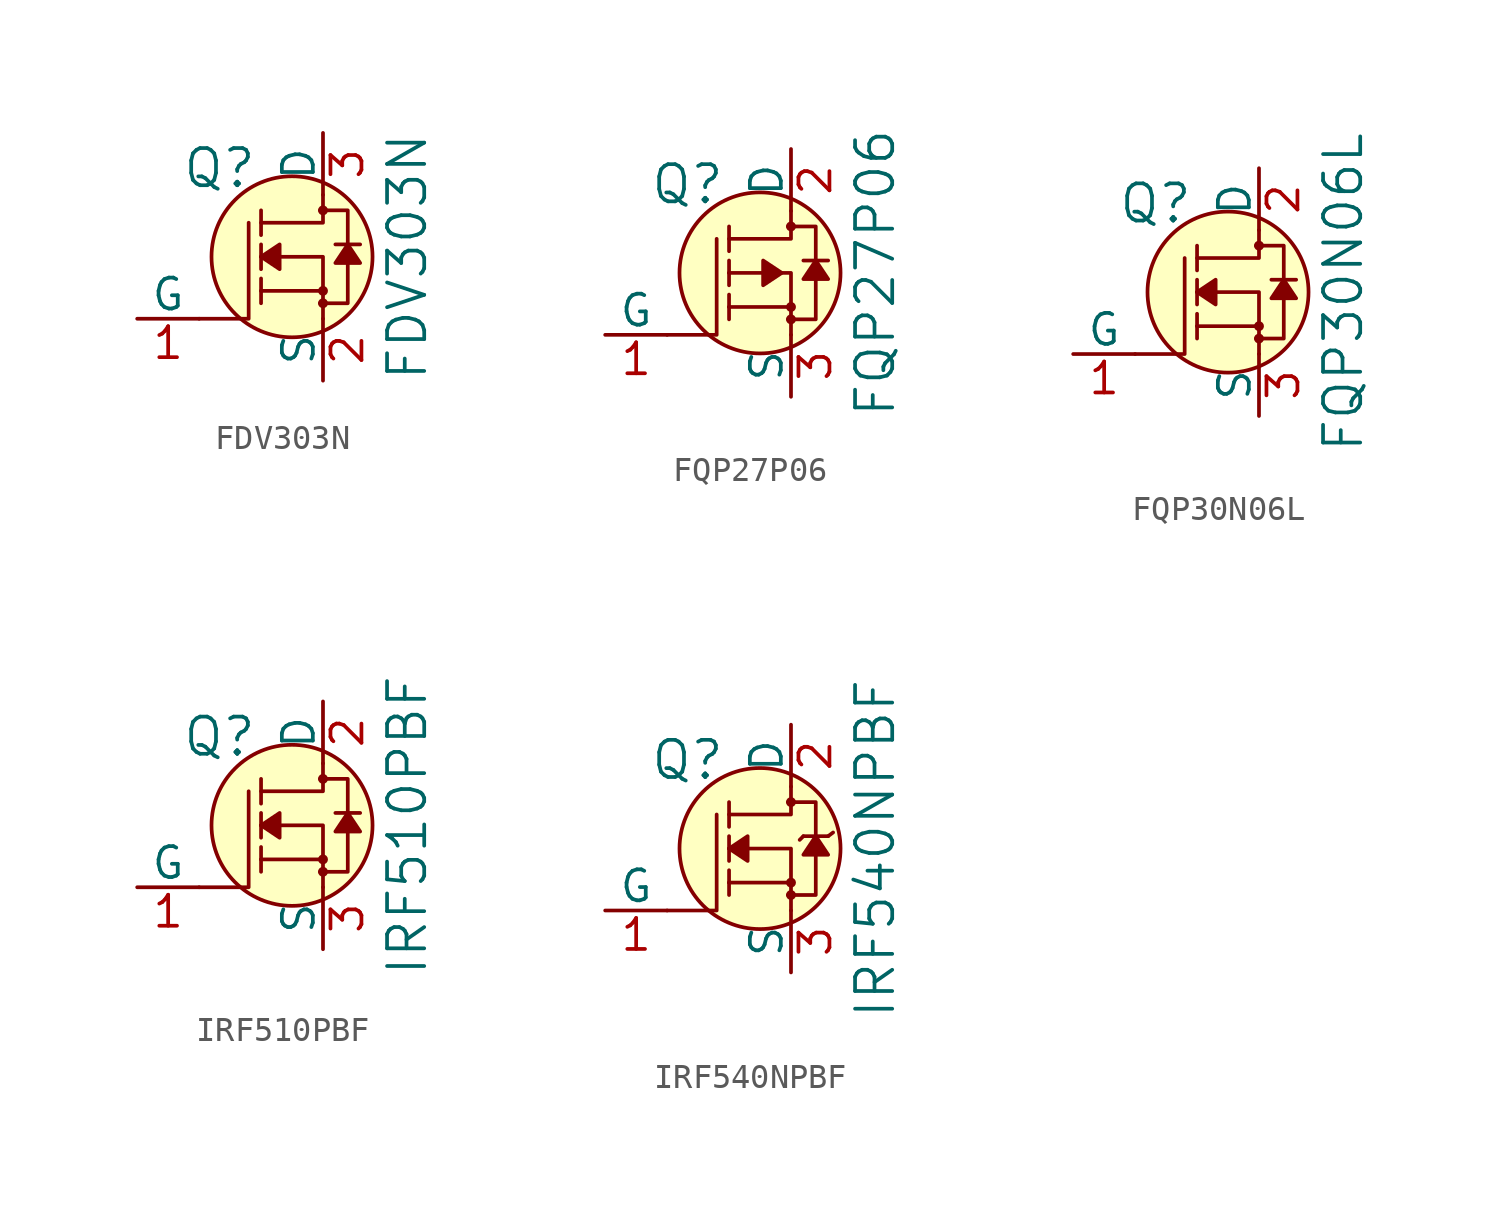
<source format=kicad_sym>
(kicad_symbol_lib
  (version 20231120)
  (generator "kicad_symbol_editor")
  (generator_version "8.0")
  (symbol "FDV303N"
    (pin_names
      (offset 0))
    (property "Reference" "Q"
      (at -2.692 3.632 0)
      (effects (font (size 1.524 1.524)) (justify right)))
    (property "Value" "FDV303N"
      (at 3.454 0 90)
      (effects (font (size 1.524 1.524))))
    (symbol "FDV303N_0_1"
      (circle (center -1.27 0) (radius 3.302) (stroke (width 0) (type default)) (fill (type background)))
      (circle (center 0 -1.905) (radius 0.127) (stroke (width 0) (type default)) (fill (type none)))
      (circle (center 0 -1.397) (radius 0.127) (stroke (width 0) (type default)) (fill (type none)))
      (polyline (pts (xy 0 -1.397) (xy -2.54 -1.397)) (stroke (width 0) (type default)) (fill (type none)))
      (polyline (pts (xy -5.08 -2.54) (xy -3.048 -2.54) (xy -3.048 1.397)) (stroke (width 0) (type default)) (fill (type none)))
      (polyline (pts (xy 0 -2.54) (xy 0 0) (xy -2.54 0)) (stroke (width 0) (type default)) (fill (type none)))
      (polyline (pts (xy 0 2.54) (xy 0 1.397) (xy -2.54 1.397)) (stroke (width 0) (type default)) (fill (type none)))
      (polyline (pts (xy -0.127 -1.905) (xy 1.016 -1.905) (xy 1.016 1.397) (xy 1.016 1.905) (xy -0.127 1.905)) (stroke (width 0) (type default)) (fill (type none)))
      (circle (center 0 1.905) (radius 0.127) (stroke (width 0) (type default)) (fill (type none))))
    (symbol "FDV303N_1_1"
      (polyline (pts (xy -2.54 -1.397) (xy -2.54 -1.905)) (stroke (width 0) (type default)) (fill (type none)))
      (polyline (pts (xy -2.54 -1.397) (xy -2.54 -0.889)) (stroke (width 0) (type default)) (fill (type none)))
      (polyline (pts (xy -2.54 0) (xy -2.54 -0.508)) (stroke (width 0) (type default)) (fill (type none)))
      (polyline (pts (xy -2.54 0) (xy -2.54 0.508)) (stroke (width 0) (type default)) (fill (type none)))
      (polyline (pts (xy -2.54 1.905) (xy -2.54 0.889)) (stroke (width 0) (type default)) (fill (type none)))
      (polyline (pts (xy 1.524 0.508) (xy 0.508 0.508)) (stroke (width 0) (type default)) (fill (type none)))
      (polyline (pts (xy -2.54 0) (xy -1.778 0.508) (xy -1.778 -0.508) (xy -2.54 0)) (stroke (width 0) (type default)) (fill (type outline)))
      (polyline (pts (xy 1.016 0.508) (xy 0.508 -0.254) (xy 1.524 -0.254) (xy 1.016 0.508)) (stroke (width 0) (type default)) (fill (type outline)))
      (pin bidirectional line (at -7.62 -2.54 0) (length 2.54) (name "G" (effects (font (size 1.27 1.27)))) (number "1" (effects (font (size 1.27 1.27)))))
      (pin bidirectional line (at 0 -5.08 90) (length 2.54) (name "S" (effects (font (size 1.27 1.27)))) (number "2" (effects (font (size 1.27 1.27)))))
      (pin bidirectional line (at 0 5.08 270) (length 2.54) (name "D" (effects (font (size 1.27 1.27)))) (number "3" (effects (font (size 1.27 1.27)))))))
  (symbol "FQP27P06"
    (pin_names
      (offset 0))
    (property "Reference" "Q"
      (at -2.692 3.632 0)
      (effects (font (size 1.524 1.524)) (justify right)))
    (property "Value" "FQP27P06"
      (at 3.454 0 90)
      (effects (font (size 1.524 1.524))))
    (symbol "FQP27P06_0_1"
      (circle (center -1.27 0) (radius 3.302) (stroke (width 0) (type default)) (fill (type background)))
      (circle (center 0 -1.905) (radius 0.127) (stroke (width 0) (type default)) (fill (type none)))
      (circle (center 0 -1.397) (radius 0.127) (stroke (width 0) (type default)) (fill (type none)))
      (polyline (pts (xy 0 -1.397) (xy -2.54 -1.397)) (stroke (width 0) (type default)) (fill (type none)))
      (polyline (pts (xy -5.08 -2.54) (xy -3.048 -2.54) (xy -3.048 1.397)) (stroke (width 0) (type default)) (fill (type none)))
      (polyline (pts (xy 0 -2.54) (xy 0 0) (xy -2.54 0)) (stroke (width 0) (type default)) (fill (type none)))
      (polyline (pts (xy 0 2.54) (xy 0 1.397) (xy -2.54 1.397)) (stroke (width 0) (type default)) (fill (type none)))
      (polyline (pts (xy -0.127 -1.905) (xy 1.016 -1.905) (xy 1.016 1.397) (xy 1.016 1.905) (xy -0.127 1.905)) (stroke (width 0) (type default)) (fill (type none)))
      (circle (center 0 1.905) (radius 0.127) (stroke (width 0) (type default)) (fill (type none))))
    (symbol "FQP27P06_1_1"
      (polyline (pts (xy -2.54 -1.397) (xy -2.54 -1.905)) (stroke (width 0) (type default)) (fill (type none)))
      (polyline (pts (xy -2.54 -1.397) (xy -2.54 -0.889)) (stroke (width 0) (type default)) (fill (type none)))
      (polyline (pts (xy -2.54 0) (xy -2.54 -0.508)) (stroke (width 0) (type default)) (fill (type none)))
      (polyline (pts (xy -2.54 0) (xy -2.54 0.508)) (stroke (width 0) (type default)) (fill (type none)))
      (polyline (pts (xy -2.54 1.905) (xy -2.54 0.889)) (stroke (width 0) (type default)) (fill (type none)))
      (polyline (pts (xy 1.524 0.508) (xy 0.508 0.508)) (stroke (width 0) (type default)) (fill (type none)))
      (polyline (pts (xy -0.381 0) (xy -1.143 0.508) (xy -1.143 -0.508) (xy -0.381 0)) (stroke (width 0) (type default)) (fill (type outline)))
      (polyline (pts (xy 1.016 0.508) (xy 0.508 -0.254) (xy 1.524 -0.254) (xy 1.016 0.508)) (stroke (width 0) (type default)) (fill (type outline)))
      (pin bidirectional line (at -7.62 -2.54 0) (length 2.54) (name "G" (effects (font (size 1.27 1.27)))) (number "1" (effects (font (size 1.27 1.27)))))
      (pin bidirectional line (at 0 5.08 270) (length 2.54) (name "D" (effects (font (size 1.27 1.27)))) (number "2" (effects (font (size 1.27 1.27)))))
      (pin bidirectional line (at 0 -5.08 90) (length 2.54) (name "S" (effects (font (size 1.27 1.27)))) (number "3" (effects (font (size 1.27 1.27)))))))
  (symbol "FQP30N06L"
    (pin_names
      (offset 0))
    (property "Reference" "Q"
      (at -2.692 3.632 0)
      (effects (font (size 1.524 1.524)) (justify right)))
    (property "Value" "FQP30N06L"
      (at 3.454 0 90)
      (effects (font (size 1.524 1.524))))
    (symbol "FQP30N06L_0_1"
      (circle (center -1.27 0) (radius 3.302) (stroke (width 0) (type default)) (fill (type background)))
      (circle (center 0 -1.905) (radius 0.127) (stroke (width 0) (type default)) (fill (type none)))
      (circle (center 0 -1.397) (radius 0.127) (stroke (width 0) (type default)) (fill (type none)))
      (polyline (pts (xy 0 -1.397) (xy -2.54 -1.397)) (stroke (width 0) (type default)) (fill (type none)))
      (polyline (pts (xy -5.08 -2.54) (xy -3.048 -2.54) (xy -3.048 1.397)) (stroke (width 0) (type default)) (fill (type none)))
      (polyline (pts (xy 0 -2.54) (xy 0 0) (xy -2.54 0)) (stroke (width 0) (type default)) (fill (type none)))
      (polyline (pts (xy 0 2.54) (xy 0 1.397) (xy -2.54 1.397)) (stroke (width 0) (type default)) (fill (type none)))
      (polyline (pts (xy -0.127 -1.905) (xy 1.016 -1.905) (xy 1.016 1.397) (xy 1.016 1.905) (xy -0.127 1.905)) (stroke (width 0) (type default)) (fill (type none)))
      (circle (center 0 1.905) (radius 0.127) (stroke (width 0) (type default)) (fill (type none))))
    (symbol "FQP30N06L_1_1"
      (polyline (pts (xy -2.54 -1.397) (xy -2.54 -1.905)) (stroke (width 0) (type default)) (fill (type none)))
      (polyline (pts (xy -2.54 -1.397) (xy -2.54 -0.889)) (stroke (width 0) (type default)) (fill (type none)))
      (polyline (pts (xy -2.54 0) (xy -2.54 -0.508)) (stroke (width 0) (type default)) (fill (type none)))
      (polyline (pts (xy -2.54 0) (xy -2.54 0.508)) (stroke (width 0) (type default)) (fill (type none)))
      (polyline (pts (xy -2.54 1.905) (xy -2.54 0.889)) (stroke (width 0) (type default)) (fill (type none)))
      (polyline (pts (xy 1.524 0.508) (xy 0.508 0.508)) (stroke (width 0) (type default)) (fill (type none)))
      (polyline (pts (xy -2.54 0) (xy -1.778 0.508) (xy -1.778 -0.508) (xy -2.54 0)) (stroke (width 0) (type default)) (fill (type outline)))
      (polyline (pts (xy 1.016 0.508) (xy 0.508 -0.254) (xy 1.524 -0.254) (xy 1.016 0.508)) (stroke (width 0) (type default)) (fill (type outline)))
      (pin bidirectional line (at -7.62 -2.54 0) (length 2.54) (name "G" (effects (font (size 1.27 1.27)))) (number "1" (effects (font (size 1.27 1.27)))))
      (pin bidirectional line (at 0 5.08 270) (length 2.54) (name "D" (effects (font (size 1.27 1.27)))) (number "2" (effects (font (size 1.27 1.27)))))
      (pin bidirectional line (at 0 -5.08 90) (length 2.54) (name "S" (effects (font (size 1.27 1.27)))) (number "3" (effects (font (size 1.27 1.27)))))))
  (symbol "IRF510PBF"
    (pin_names
      (offset 0))
    (property "Reference" "Q"
      (at -2.692 3.632 0)
      (effects (font (size 1.524 1.524)) (justify right)))
    (property "Value" "IRF510PBF"
      (at 3.454 0 90)
      (effects (font (size 1.524 1.524))))
    (symbol "IRF510PBF_0_1"
      (circle (center -1.27 0) (radius 3.302) (stroke (width 0) (type default)) (fill (type background)))
      (circle (center 0 -1.905) (radius 0.127) (stroke (width 0) (type default)) (fill (type none)))
      (circle (center 0 -1.397) (radius 0.127) (stroke (width 0) (type default)) (fill (type none)))
      (polyline (pts (xy 0 -1.397) (xy -2.54 -1.397)) (stroke (width 0) (type default)) (fill (type none)))
      (polyline (pts (xy -5.08 -2.54) (xy -3.048 -2.54) (xy -3.048 1.397)) (stroke (width 0) (type default)) (fill (type none)))
      (polyline (pts (xy 0 -2.54) (xy 0 0) (xy -2.54 0)) (stroke (width 0) (type default)) (fill (type none)))
      (polyline (pts (xy 0 2.54) (xy 0 1.397) (xy -2.54 1.397)) (stroke (width 0) (type default)) (fill (type none)))
      (polyline (pts (xy -0.127 -1.905) (xy 1.016 -1.905) (xy 1.016 1.397) (xy 1.016 1.905) (xy -0.127 1.905)) (stroke (width 0) (type default)) (fill (type none)))
      (circle (center 0 1.905) (radius 0.127) (stroke (width 0) (type default)) (fill (type none))))
    (symbol "IRF510PBF_1_1"
      (polyline (pts (xy -2.54 -1.397) (xy -2.54 -1.905)) (stroke (width 0) (type default)) (fill (type none)))
      (polyline (pts (xy -2.54 -1.397) (xy -2.54 -0.889)) (stroke (width 0) (type default)) (fill (type none)))
      (polyline (pts (xy -2.54 0) (xy -2.54 -0.508)) (stroke (width 0) (type default)) (fill (type none)))
      (polyline (pts (xy -2.54 0) (xy -2.54 0.508)) (stroke (width 0) (type default)) (fill (type none)))
      (polyline (pts (xy -2.54 1.905) (xy -2.54 0.889)) (stroke (width 0) (type default)) (fill (type none)))
      (polyline (pts (xy 1.524 0.508) (xy 0.508 0.508)) (stroke (width 0) (type default)) (fill (type none)))
      (polyline (pts (xy -2.54 0) (xy -1.778 0.508) (xy -1.778 -0.508) (xy -2.54 0)) (stroke (width 0) (type default)) (fill (type outline)))
      (polyline (pts (xy 1.016 0.508) (xy 0.508 -0.254) (xy 1.524 -0.254) (xy 1.016 0.508)) (stroke (width 0) (type default)) (fill (type outline)))
      (pin bidirectional line (at -7.62 -2.54 0) (length 2.54) (name "G" (effects (font (size 1.27 1.27)))) (number "1" (effects (font (size 1.27 1.27)))))
      (pin bidirectional line (at 0 5.08 270) (length 2.54) (name "D" (effects (font (size 1.27 1.27)))) (number "2" (effects (font (size 1.27 1.27)))))
      (pin bidirectional line (at 0 -5.08 90) (length 2.54) (name "S" (effects (font (size 1.27 1.27)))) (number "3" (effects (font (size 1.27 1.27)))))))
  (symbol "IRF540NPBF"
    (pin_names
      (offset 0))
    (property "Reference" "Q"
      (at -2.692 3.632 0)
      (effects (font (size 1.524 1.524)) (justify right)))
    (property "Value" "IRF540NPBF"
      (at 3.454 0 90)
      (effects (font (size 1.524 1.524))))
    (symbol "IRF540NPBF_0_1"
      (circle (center -1.27 0) (radius 3.302) (stroke (width 0) (type default)) (fill (type background)))
      (circle (center 0 -1.905) (radius 0.127) (stroke (width 0) (type default)) (fill (type none)))
      (circle (center 0 -1.397) (radius 0.127) (stroke (width 0) (type default)) (fill (type none)))
      (polyline (pts (xy 0 -1.397) (xy -2.54 -1.397)) (stroke (width 0) (type default)) (fill (type none)))
      (polyline (pts (xy 0.508 0.508) (xy 0.356 0.356)) (stroke (width 0) (type default)) (fill (type none)))
      (polyline (pts (xy 1.524 0.508) (xy 1.727 0.66)) (stroke (width 0) (type default)) (fill (type none)))
      (polyline (pts (xy -5.08 -2.54) (xy -3.048 -2.54) (xy -3.048 1.397)) (stroke (width 0) (type default)) (fill (type none)))
      (polyline (pts (xy 0 -2.54) (xy 0 0) (xy -2.54 0)) (stroke (width 0) (type default)) (fill (type none)))
      (polyline (pts (xy 0 2.54) (xy 0 1.397) (xy -2.54 1.397)) (stroke (width 0) (type default)) (fill (type none)))
      (polyline (pts (xy -0.127 -1.905) (xy 1.016 -1.905) (xy 1.016 1.397) (xy 1.016 1.905) (xy -0.127 1.905)) (stroke (width 0) (type default)) (fill (type none)))
      (circle (center 0 1.905) (radius 0.127) (stroke (width 0) (type default)) (fill (type none))))
    (symbol "IRF540NPBF_1_1"
      (polyline (pts (xy -2.54 -1.397) (xy -2.54 -1.905)) (stroke (width 0) (type default)) (fill (type none)))
      (polyline (pts (xy -2.54 -1.397) (xy -2.54 -0.889)) (stroke (width 0) (type default)) (fill (type none)))
      (polyline (pts (xy -2.54 0) (xy -2.54 -0.508)) (stroke (width 0) (type default)) (fill (type none)))
      (polyline (pts (xy -2.54 0) (xy -2.54 0.508)) (stroke (width 0) (type default)) (fill (type none)))
      (polyline (pts (xy -2.54 1.905) (xy -2.54 0.889)) (stroke (width 0) (type default)) (fill (type none)))
      (polyline (pts (xy 1.524 0.508) (xy 0.508 0.508)) (stroke (width 0) (type default)) (fill (type none)))
      (polyline (pts (xy -2.54 0) (xy -1.778 0.508) (xy -1.778 -0.508) (xy -2.54 0)) (stroke (width 0) (type default)) (fill (type outline)))
      (polyline (pts (xy 1.016 0.508) (xy 0.508 -0.254) (xy 1.524 -0.254) (xy 1.016 0.508)) (stroke (width 0) (type default)) (fill (type outline)))
      (pin bidirectional line (at -7.62 -2.54 0) (length 2.54) (name "G" (effects (font (size 1.27 1.27)))) (number "1" (effects (font (size 1.27 1.27)))))
      (pin bidirectional line (at 0 5.08 270) (length 2.54) (name "D" (effects (font (size 1.27 1.27)))) (number "2" (effects (font (size 1.27 1.27)))))
      (pin bidirectional line (at 0 -5.08 90) (length 2.54) (name "S" (effects (font (size 1.27 1.27)))) (number "3" (effects (font (size 1.27 1.27))))))))
</source>
